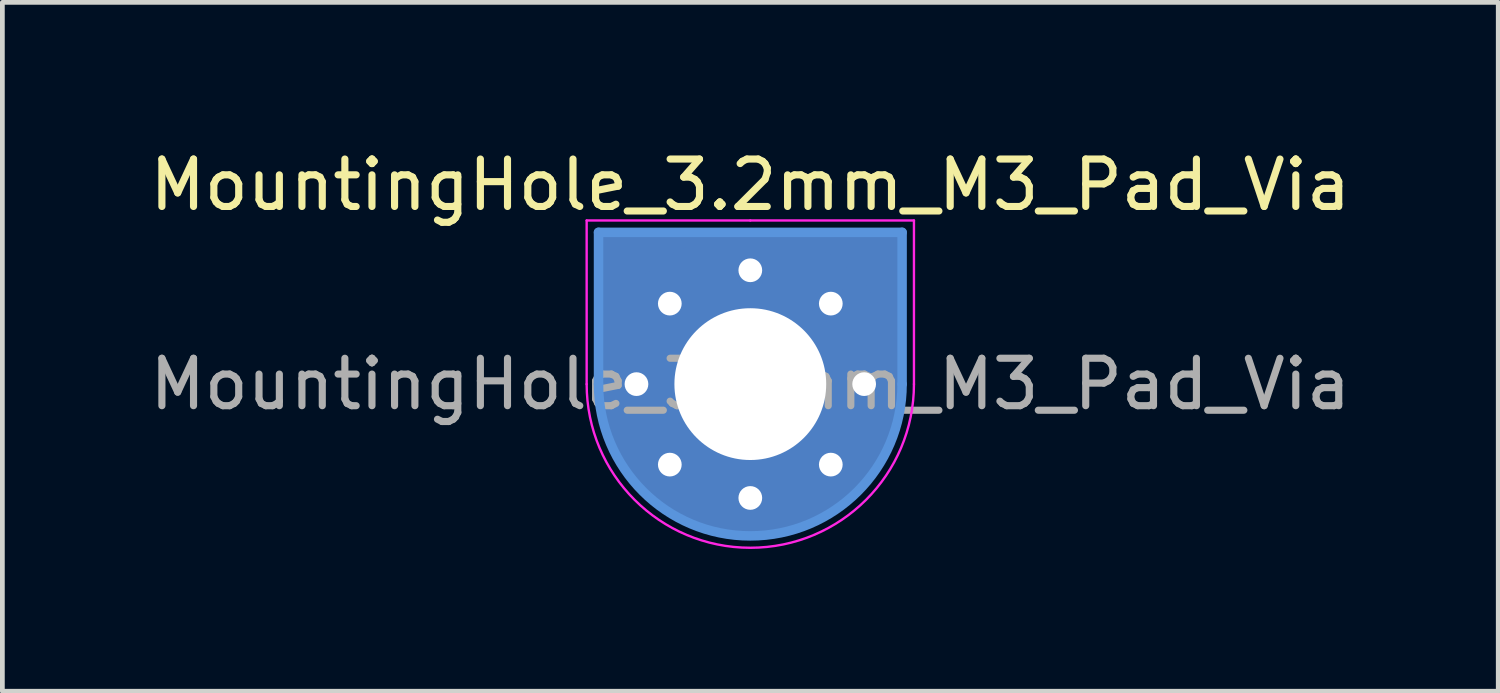
<source format=kicad_pcb>
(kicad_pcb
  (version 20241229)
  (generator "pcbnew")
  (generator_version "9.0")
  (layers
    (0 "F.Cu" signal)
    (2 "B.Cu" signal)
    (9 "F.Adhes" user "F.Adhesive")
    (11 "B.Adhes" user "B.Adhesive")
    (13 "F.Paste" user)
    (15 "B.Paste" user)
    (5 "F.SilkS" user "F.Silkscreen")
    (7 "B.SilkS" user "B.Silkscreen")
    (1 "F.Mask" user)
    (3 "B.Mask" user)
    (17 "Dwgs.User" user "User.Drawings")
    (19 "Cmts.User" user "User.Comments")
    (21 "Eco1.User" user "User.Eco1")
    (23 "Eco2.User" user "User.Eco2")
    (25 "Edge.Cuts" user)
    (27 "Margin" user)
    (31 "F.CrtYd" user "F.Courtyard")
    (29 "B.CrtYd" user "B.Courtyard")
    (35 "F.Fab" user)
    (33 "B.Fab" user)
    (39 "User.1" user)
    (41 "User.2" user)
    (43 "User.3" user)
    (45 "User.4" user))
  (footprint "MountingHole_3.2mm_M3_Pad_Via"
    (layer "F.Cu")
    (at 12.768 5.048)
    (property "Reference" "MountingHole_3.2mm_M3_Pad_Via" (at 0 -4.2 0) (layer "F.SilkS") (effects (font (size 1 1) (thickness 0.15))))
    (attr exclude_from_pos_files exclude_from_bom)
    (fp_line (start -3.2 0) (end -3.2 -3.2) (stroke (width 0.2) (type default)) (layer "Cmts.User"))
    (fp_line (start 3.2 -3.2) (end -3.2 -3.2) (stroke (width 0.2) (type default)) (layer "Cmts.User"))
    (fp_line (start 3.2 0) (end 3.2 -3.2) (stroke (width 0.2) (type default)) (layer "Cmts.User"))
    (fp_arc (start 3.2 0) (mid 0 3.2) (end -3.2 0) (stroke (width 0.2) (type default)) (layer "Cmts.User"))
    (fp_line (start -3.45 -3.45) (end -3.45 0) (stroke (width 0.05) (type default)) (layer "F.CrtYd"))
    (fp_line (start 0 -3.45) (end -3.45 -3.45) (stroke (width 0.05) (type default)) (layer "F.CrtYd"))
    (fp_line (start 0 -3.45) (end 3.45 -3.45) (stroke (width 0.05) (type default)) (layer "F.CrtYd"))
    (fp_line (start 3.45 -3.45) (end 3.45 0) (stroke (width 0.05) (type default)) (layer "F.CrtYd"))
    (fp_arc (start 3.45 0) (mid 0 3.45) (end -3.45 0) (stroke (width 0.05) (type default)) (layer "F.CrtYd"))
    (fp_text user "${REFERENCE}" (at 0 0 0) (layer "F.Fab") (effects (font (size 1 1) (thickness 0.15))))
    (pad "1" thru_hole circle (at -2.4 0) (size 0.8 0.8) (drill 0.5) (layers "*.Cu" "*.Mask"))
    (pad "1" thru_hole circle (at -1.697 -1.697) (size 0.8 0.8) (drill 0.5) (layers "*.Cu" "*.Mask"))
    (pad "1" thru_hole circle (at -1.697 1.697) (size 0.8 0.8) (drill 0.5) (layers "*.Cu" "*.Mask"))
    (pad "1" thru_hole circle (at 0 -2.4) (size 0.8 0.8) (drill 0.5) (layers "*.Cu" "*.Mask"))
    (pad "1" thru_hole custom (at 0 -2.4) (size 1 1) (drill 0.2) (layers "*.Cu" "*.Mask") (options (anchor rect)) (primitives (gr_poly (pts (xy -3.2 2.4) (xy -3.2 -0.8) (xy 3.2 -0.8) (xy 3.2 2.4) (xy 1.6 2.4) (xy 1.6 0.8) (xy -1.6 0.8) (xy -1.6 2.4)) (width 0) (fill yes))))
    (pad "1" thru_hole circle (at 0 0) (size 6.4 6.4) (drill 3.2) (layers "*.Cu" "*.Mask"))
    (pad "1" thru_hole circle (at 0 2.4) (size 0.8 0.8) (drill 0.5) (layers "*.Cu" "*.Mask"))
    (pad "1" thru_hole circle (at 1.697 -1.697) (size 0.8 0.8) (drill 0.5) (layers "*.Cu" "*.Mask"))
    (pad "1" thru_hole circle (at 1.697 1.697) (size 0.8 0.8) (drill 0.5) (layers "*.Cu" "*.Mask"))
    (pad "1" thru_hole circle (at 2.4 0) (size 0.8 0.8) (drill 0.5) (layers "*.Cu" "*.Mask")))
  (gr_rect
    (start -3 -3)
    (end 28.536 11.523)
    (stroke (width 0.1) (type default))
    (fill no)
    (layer "Edge.Cuts")))
</source>
